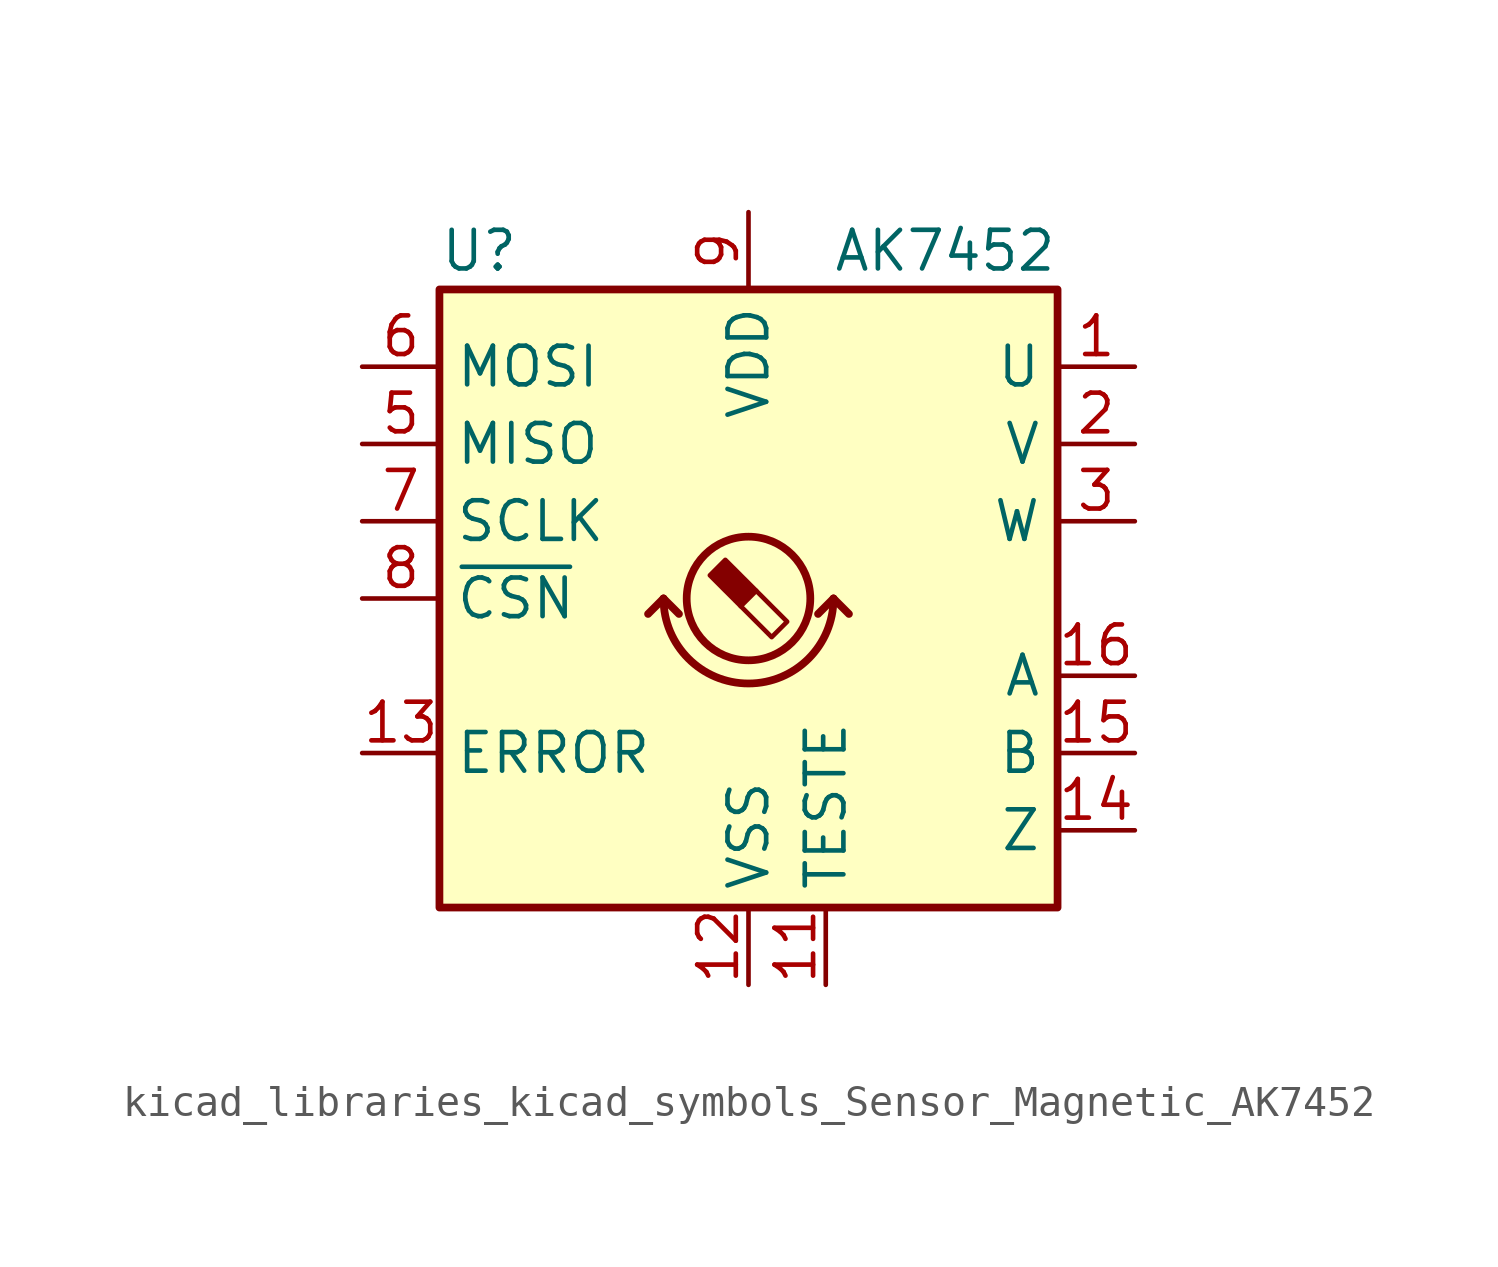
<source format=kicad_sym>
(kicad_symbol_lib
  (version 20220914)
  (generator kicad_symbol_editor)
  (symbol "kicad_libraries_kicad_symbols_Sensor_Magnetic_AK7452"
    (property "Reference" "U"
      (at -10.16 11.43 0)
      (effects (font (size 1.27 1.27)) (justify left)))
    (property "Value" "AK7452"
      (at 10.16 11.43 0)
      (effects (font (size 1.27 1.27)) (justify right)))
    (symbol "kicad_libraries_kicad_symbols_Sensor_Magnetic_AK7452_0_1"
      (rectangle (start -10.16 10.16) (end 10.16 -10.16) (stroke (width 0.254) (type default)) (fill (type background)))
      (arc (start -2.794 0) (mid 0 -2.7819) (end 2.794 0) (stroke (width 0.254) (type default)) (fill (type none)))
      (polyline (pts (xy -2.794 0) (xy -3.302 -0.508)) (stroke (width 0.254) (type default)) (fill (type none)))
      (polyline (pts (xy -2.794 0) (xy -2.286 -0.508)) (stroke (width 0.254) (type default)) (fill (type none)))
      (polyline (pts (xy 2.794 0) (xy 2.286 -0.508)) (stroke (width 0.254) (type default)) (fill (type none)))
      (polyline (pts (xy 2.794 0) (xy 3.302 -0.508)) (stroke (width 0.254) (type default)) (fill (type none))))
    (symbol "kicad_libraries_kicad_symbols_Sensor_Magnetic_AK7452_1_1"
      (polyline (pts (xy 0.254 0.254) (xy 1.27 -0.762) (xy 0.762 -1.27) (xy -0.254 -0.254)) (stroke (width 0) (type default)) (fill (type none)))
      (polyline (pts (xy -0.762 1.27) (xy 0.254 0.254) (xy -0.254 -0.254) (xy -1.27 0.762) (xy -1.016 1.016) (xy -0.762 1.27) (xy -0.635 1.143)) (stroke (width 0) (type default)) (fill (type outline)))
      (circle (center 0 0) (radius 2.032) (stroke (width 0.254) (type default)) (fill (type none)))
      (pin output line (at 12.7 7.62 180) (length 2.54) (name "U" (effects (font (size 1.27 1.27)))) (number "1" (effects (font (size 1.27 1.27)))))
      (pin no_connect line (at 7.62 -10.16 90) (length 2.54) hide (name "NC" (effects (font (size 1.27 1.27)))) (number "10" (effects (font (size 1.27 1.27)))))
      (pin passive line (at 2.54 -12.7 90) (length 2.54) (name "TESTE" (effects (font (size 1.27 1.27)))) (number "11" (effects (font (size 1.27 1.27)))))
      (pin power_in line (at 0 -12.7 90) (length 2.54) (name "VSS" (effects (font (size 1.27 1.27)))) (number "12" (effects (font (size 1.27 1.27)))))
      (pin output line (at -12.7 -5.08 0) (length 2.54) (name "ERROR" (effects (font (size 1.27 1.27)))) (number "13" (effects (font (size 1.27 1.27)))))
      (pin output line (at 12.7 -7.62 180) (length 2.54) (name "Z" (effects (font (size 1.27 1.27)))) (number "14" (effects (font (size 1.27 1.27)))))
      (pin output line (at 12.7 -5.08 180) (length 2.54) (name "B" (effects (font (size 1.27 1.27)))) (number "15" (effects (font (size 1.27 1.27)))))
      (pin output line (at 12.7 -2.54 180) (length 2.54) (name "A" (effects (font (size 1.27 1.27)))) (number "16" (effects (font (size 1.27 1.27)))))
      (pin output line (at 12.7 5.08 180) (length 2.54) (name "V" (effects (font (size 1.27 1.27)))) (number "2" (effects (font (size 1.27 1.27)))))
      (pin output line (at 12.7 2.54 180) (length 2.54) (name "W" (effects (font (size 1.27 1.27)))) (number "3" (effects (font (size 1.27 1.27)))))
      (pin no_connect line (at 5.08 -10.16 90) (length 2.54) hide (name "NC" (effects (font (size 1.27 1.27)))) (number "4" (effects (font (size 1.27 1.27)))))
      (pin output line (at -12.7 5.08 0) (length 2.54) (name "MISO" (effects (font (size 1.27 1.27)))) (number "5" (effects (font (size 1.27 1.27)))))
      (pin input line (at -12.7 7.62 0) (length 2.54) (name "MOSI" (effects (font (size 1.27 1.27)))) (number "6" (effects (font (size 1.27 1.27)))))
      (pin input line (at -12.7 2.54 0) (length 2.54) (name "SCLK" (effects (font (size 1.27 1.27)))) (number "7" (effects (font (size 1.27 1.27)))))
      (pin input line (at -12.7 0 0) (length 2.54) (name "~{CSN}" (effects (font (size 1.27 1.27)))) (number "8" (effects (font (size 1.27 1.27)))))
      (pin power_in line (at 0 12.7 270) (length 2.54) (name "VDD" (effects (font (size 1.27 1.27)))) (number "9" (effects (font (size 1.27 1.27))))))))
</source>
